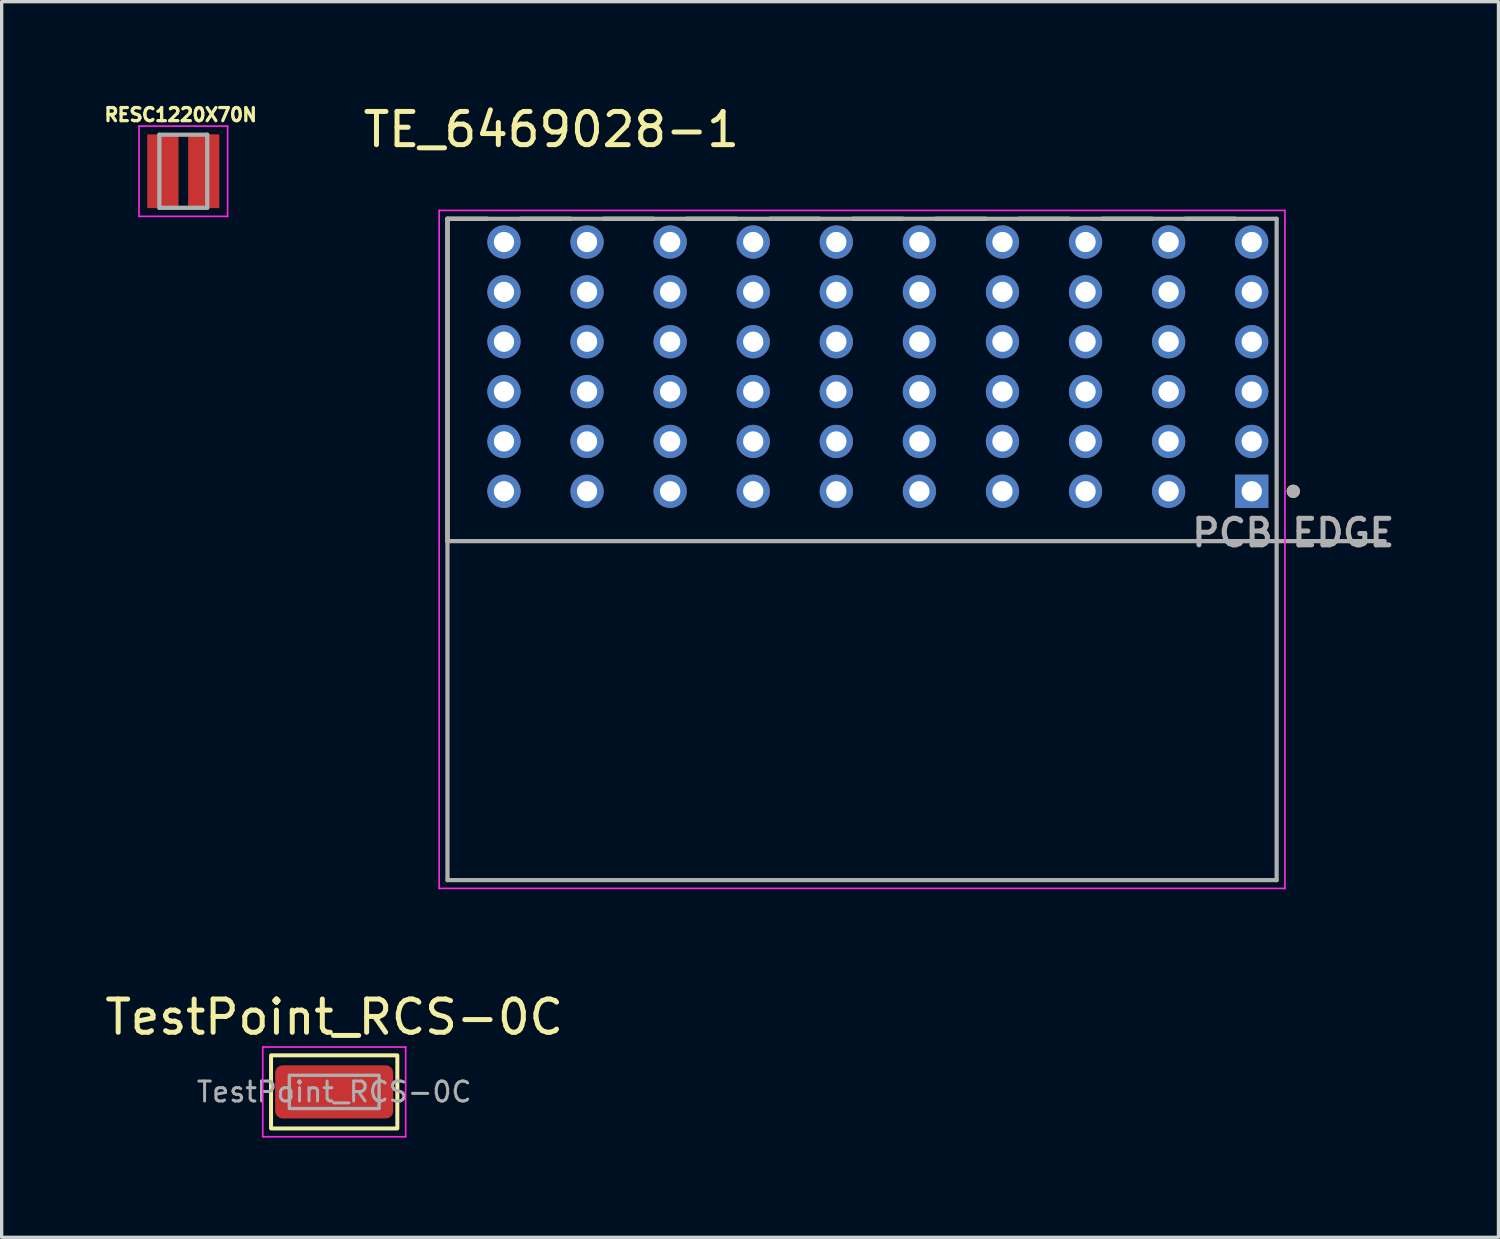
<source format=kicad_pcb>
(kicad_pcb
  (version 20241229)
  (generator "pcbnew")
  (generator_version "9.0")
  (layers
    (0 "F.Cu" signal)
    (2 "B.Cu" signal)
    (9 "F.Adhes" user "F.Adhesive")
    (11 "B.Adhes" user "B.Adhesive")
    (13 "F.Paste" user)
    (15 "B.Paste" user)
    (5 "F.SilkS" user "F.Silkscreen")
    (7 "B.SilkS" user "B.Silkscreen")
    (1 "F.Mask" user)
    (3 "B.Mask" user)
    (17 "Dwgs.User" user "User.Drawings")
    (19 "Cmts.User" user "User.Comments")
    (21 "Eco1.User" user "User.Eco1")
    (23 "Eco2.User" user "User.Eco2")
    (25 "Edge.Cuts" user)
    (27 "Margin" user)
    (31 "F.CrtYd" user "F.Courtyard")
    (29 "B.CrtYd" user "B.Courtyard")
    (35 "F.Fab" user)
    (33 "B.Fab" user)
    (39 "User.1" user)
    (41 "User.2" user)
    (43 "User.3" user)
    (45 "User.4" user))
  (footprint "RESC1220X70N"
    (layer "F.Cu")
    (at 2.466 2.103)
    (property "Reference" "RESC1220X70N" (at -0.08 -1.7 0) (layer "F.SilkS") (effects (font (size 0.394 0.394) (thickness 0.098))))
    (attr smd)
    (fp_line (start -1.333 -1.358) (end 1.333 -1.358) (stroke (width 0.05) (type solid)) (layer "F.CrtYd"))
    (fp_line (start -1.333 1.358) (end -1.333 -1.358) (stroke (width 0.05) (type solid)) (layer "F.CrtYd"))
    (fp_line (start -1.333 1.358) (end 1.333 1.358) (stroke (width 0.05) (type solid)) (layer "F.CrtYd"))
    (fp_line (start 1.333 1.358) (end 1.333 -1.358) (stroke (width 0.05) (type solid)) (layer "F.CrtYd"))
    (fp_line (start -0.72 1.1) (end -0.72 -1.1) (stroke (width 0.127) (type solid)) (layer "F.Fab"))
    (fp_line (start 0.72 -1.1) (end -0.72 -1.1) (stroke (width 0.127) (type solid)) (layer "F.Fab"))
    (fp_line (start 0.72 1.1) (end -0.72 1.1) (stroke (width 0.127) (type solid)) (layer "F.Fab"))
    (fp_line (start 0.72 1.1) (end 0.72 -1.1) (stroke (width 0.127) (type solid)) (layer "F.Fab"))
    (pad "1" smd rect (at -0.615 0) (size 0.94 2.22) (layers "F.Cu" "F.Mask" "F.Paste"))
    (pad "2" smd rect (at 0.615 0) (size 0.94 2.22) (layers "F.Cu" "F.Mask" "F.Paste")))
  (footprint "TestPoint_RCS-0C"
    (layer "F.Cu")
    (at 7.006 29.806)
    (property "Reference" "TestPoint_RCS-0C" (at 0 -2.25 0) (layer "F.SilkS") (effects (font (size 1 1) (thickness 0.15))))
    (attr smd)
    (fp_rect (start -1.9 -1.1) (end 1.9 1.1) (stroke (width 0.12) (type default)) (fill no) (layer "F.SilkS"))
    (fp_line (start -2.15 -1.35) (end 2.15 -1.35) (stroke (width 0.05) (type solid)) (layer "F.CrtYd"))
    (fp_line (start -2.15 1.35) (end -2.15 -1.35) (stroke (width 0.05) (type solid)) (layer "F.CrtYd"))
    (fp_line (start 2.15 -1.35) (end 2.15 1.35) (stroke (width 0.05) (type solid)) (layer "F.CrtYd"))
    (fp_line (start 2.15 1.35) (end -2.15 1.35) (stroke (width 0.05) (type solid)) (layer "F.CrtYd"))
    (fp_rect (start -1.35 -0.5) (end 1.35 0.5) (stroke (width 0.1) (type default)) (fill no) (layer "F.Fab"))
    (fp_text user "${REFERENCE}" (at 0 0 0) (layer "F.Fab") (effects (font (size 0.6 0.6) (thickness 0.09))))
    (pad "1" smd roundrect (at 0 0) (size 3.55 1.6) (layers "F.Cu" "F.Mask" "F.Paste") (roundrect_rratio 0.139)))
  (footprint "TE_6469028-1"
    (layer "F.Cu")
    (at 34.615 11.733)
    (property "Reference" "TE_6469028-1" (at -21.075 -10.885 0) (layer "F.SilkS") (effects (font (size 1 1) (thickness 0.15))))
    (attr through_hole)
    (fp_line (start -24.2 -8.2) (end -24.2 1.5) (stroke (width 0.127) (type solid)) (layer "F.SilkS"))
    (fp_line (start -24.2 -8.2) (end -23 -8.2) (stroke (width 0.127) (type solid)) (layer "F.SilkS"))
    (fp_line (start -22 -8.2) (end -20.5 -8.2) (stroke (width 0.127) (type solid)) (layer "F.SilkS"))
    (fp_line (start -19.5 -8.2) (end -18 -8.2) (stroke (width 0.127) (type solid)) (layer "F.SilkS"))
    (fp_line (start -17 -8.2) (end -15.5 -8.2) (stroke (width 0.127) (type solid)) (layer "F.SilkS"))
    (fp_line (start -14.5 -8.2) (end -13 -8.2) (stroke (width 0.127) (type solid)) (layer "F.SilkS"))
    (fp_line (start -12 -8.2) (end -10.5 -8.2) (stroke (width 0.127) (type solid)) (layer "F.SilkS"))
    (fp_line (start -9.5 -8.2) (end -8 -8.2) (stroke (width 0.127) (type solid)) (layer "F.SilkS"))
    (fp_line (start -7 -8.2) (end -5.5 -8.2) (stroke (width 0.127) (type solid)) (layer "F.SilkS"))
    (fp_line (start -4.5 -8.2) (end -3 -8.2) (stroke (width 0.127) (type solid)) (layer "F.SilkS"))
    (fp_line (start -2 -8.2) (end -0.5 -8.2) (stroke (width 0.127) (type solid)) (layer "F.SilkS"))
    (fp_circle (center 1.25 0) (end 1.35 0) (stroke (width 0.2) (type solid)) (fill no) (layer "F.SilkS"))
    (fp_line (start -24.45 -8.45) (end 1 -8.45) (stroke (width 0.05) (type solid)) (layer "F.CrtYd"))
    (fp_line (start -24.45 11.95) (end -24.45 -8.45) (stroke (width 0.05) (type solid)) (layer "F.CrtYd"))
    (fp_line (start 1 -8.45) (end 1 11.95) (stroke (width 0.05) (type solid)) (layer "F.CrtYd"))
    (fp_line (start 1 11.95) (end -24.45 11.95) (stroke (width 0.05) (type solid)) (layer "F.CrtYd"))
    (fp_line (start -24.2 -8.2) (end -24.2 1.5) (stroke (width 0.127) (type solid)) (layer "F.Fab"))
    (fp_line (start -24.2 -8.2) (end 0.75 -8.2) (stroke (width 0.127) (type solid)) (layer "F.Fab"))
    (fp_line (start -24.2 1.5) (end -24.2 11.7) (stroke (width 0.127) (type solid)) (layer "F.Fab"))
    (fp_line (start -24.2 1.5) (end 4 1.5) (stroke (width 0.127) (type solid)) (layer "F.Fab"))
    (fp_line (start -24.2 11.7) (end 0.75 11.7) (stroke (width 0.127) (type solid)) (layer "F.Fab"))
    (fp_line (start 0.75 -8.2) (end 0.75 11.7) (stroke (width 0.127) (type solid)) (layer "F.Fab"))
    (fp_circle (center 1.25 0) (end 1.35 0) (stroke (width 0.2) (type solid)) (fill no) (layer "F.Fab"))
    (fp_text user "PCB EDGE" (at 1.25 1.25 0) (layer "F.Fab") (effects (font (size 0.8 0.8) (thickness 0.15))))
    (pad "A1" thru_hole rect (at 0 0) (size 1 1) (drill 0.61) (layers "*.Cu" "*.Mask"))
    (pad "A2" thru_hole circle (at -2.5 0) (size 1 1) (drill 0.61) (layers "*.Cu" "*.Mask"))
    (pad "A3" thru_hole circle (at -5 0) (size 1 1) (drill 0.61) (layers "*.Cu" "*.Mask"))
    (pad "A4" thru_hole circle (at -7.5 0) (size 1 1) (drill 0.61) (layers "*.Cu" "*.Mask"))
    (pad "A5" thru_hole circle (at -10 0) (size 1 1) (drill 0.61) (layers "*.Cu" "*.Mask"))
    (pad "A6" thru_hole circle (at -12.5 0) (size 1 1) (drill 0.61) (layers "*.Cu" "*.Mask"))
    (pad "A7" thru_hole circle (at -15 0) (size 1 1) (drill 0.61) (layers "*.Cu" "*.Mask"))
    (pad "A8" thru_hole circle (at -17.5 0) (size 1 1) (drill 0.61) (layers "*.Cu" "*.Mask"))
    (pad "A9" thru_hole circle (at -20 0) (size 1 1) (drill 0.61) (layers "*.Cu" "*.Mask"))
    (pad "A10" thru_hole circle (at -22.5 0) (size 1 1) (drill 0.61) (layers "*.Cu" "*.Mask"))
    (pad "B1" thru_hole circle (at 0 -1.5) (size 1 1) (drill 0.61) (layers "*.Cu" "*.Mask"))
    (pad "B2" thru_hole circle (at -2.5 -1.5) (size 1 1) (drill 0.61) (layers "*.Cu" "*.Mask"))
    (pad "B3" thru_hole circle (at -5 -1.5) (size 1 1) (drill 0.61) (layers "*.Cu" "*.Mask"))
    (pad "B4" thru_hole circle (at -7.5 -1.5) (size 1 1) (drill 0.61) (layers "*.Cu" "*.Mask"))
    (pad "B5" thru_hole circle (at -10 -1.5) (size 1 1) (drill 0.61) (layers "*.Cu" "*.Mask"))
    (pad "B6" thru_hole circle (at -12.5 -1.5) (size 1 1) (drill 0.61) (layers "*.Cu" "*.Mask"))
    (pad "B7" thru_hole circle (at -15 -1.5) (size 1 1) (drill 0.61) (layers "*.Cu" "*.Mask"))
    (pad "B8" thru_hole circle (at -17.5 -1.5) (size 1 1) (drill 0.61) (layers "*.Cu" "*.Mask"))
    (pad "B9" thru_hole circle (at -20 -1.5) (size 1 1) (drill 0.61) (layers "*.Cu" "*.Mask"))
    (pad "B10" thru_hole circle (at -22.5 -1.5) (size 1 1) (drill 0.61) (layers "*.Cu" "*.Mask"))
    (pad "BG1" thru_hole circle (at 0 -3) (size 1 1) (drill 0.61) (layers "*.Cu" "*.Mask"))
    (pad "BG2" thru_hole circle (at -2.5 -3) (size 1 1) (drill 0.61) (layers "*.Cu" "*.Mask"))
    (pad "BG3" thru_hole circle (at -5 -3) (size 1 1) (drill 0.61) (layers "*.Cu" "*.Mask"))
    (pad "BG4" thru_hole circle (at -7.5 -3) (size 1 1) (drill 0.61) (layers "*.Cu" "*.Mask"))
    (pad "BG5" thru_hole circle (at -10 -3) (size 1 1) (drill 0.61) (layers "*.Cu" "*.Mask"))
    (pad "BG6" thru_hole circle (at -12.5 -3) (size 1 1) (drill 0.61) (layers "*.Cu" "*.Mask"))
    (pad "BG7" thru_hole circle (at -15 -3) (size 1 1) (drill 0.61) (layers "*.Cu" "*.Mask"))
    (pad "BG8" thru_hole circle (at -17.5 -3) (size 1 1) (drill 0.61) (layers "*.Cu" "*.Mask"))
    (pad "BG9" thru_hole circle (at -20 -3) (size 1 1) (drill 0.61) (layers "*.Cu" "*.Mask"))
    (pad "BG10" thru_hole circle (at -22.5 -3) (size 1 1) (drill 0.61) (layers "*.Cu" "*.Mask"))
    (pad "C1" thru_hole circle (at 0 -4.5) (size 1 1) (drill 0.61) (layers "*.Cu" "*.Mask"))
    (pad "C2" thru_hole circle (at -2.5 -4.5) (size 1 1) (drill 0.61) (layers "*.Cu" "*.Mask"))
    (pad "C3" thru_hole circle (at -5 -4.5) (size 1 1) (drill 0.61) (layers "*.Cu" "*.Mask"))
    (pad "C4" thru_hole circle (at -7.5 -4.5) (size 1 1) (drill 0.61) (layers "*.Cu" "*.Mask"))
    (pad "C5" thru_hole circle (at -10 -4.5) (size 1 1) (drill 0.61) (layers "*.Cu" "*.Mask"))
    (pad "C6" thru_hole circle (at -12.5 -4.5) (size 1 1) (drill 0.61) (layers "*.Cu" "*.Mask"))
    (pad "C7" thru_hole circle (at -15 -4.5) (size 1 1) (drill 0.61) (layers "*.Cu" "*.Mask"))
    (pad "C8" thru_hole circle (at -17.5 -4.5) (size 1 1) (drill 0.61) (layers "*.Cu" "*.Mask"))
    (pad "C9" thru_hole circle (at -20 -4.5) (size 1 1) (drill 0.61) (layers "*.Cu" "*.Mask"))
    (pad "C10" thru_hole circle (at -22.5 -4.5) (size 1 1) (drill 0.61) (layers "*.Cu" "*.Mask"))
    (pad "D1" thru_hole circle (at 0 -6) (size 1 1) (drill 0.61) (layers "*.Cu" "*.Mask"))
    (pad "D2" thru_hole circle (at -2.5 -6) (size 1 1) (drill 0.61) (layers "*.Cu" "*.Mask"))
    (pad "D3" thru_hole circle (at -5 -6) (size 1 1) (drill 0.61) (layers "*.Cu" "*.Mask"))
    (pad "D4" thru_hole circle (at -7.5 -6) (size 1 1) (drill 0.61) (layers "*.Cu" "*.Mask"))
    (pad "D5" thru_hole circle (at -10 -6) (size 1 1) (drill 0.61) (layers "*.Cu" "*.Mask"))
    (pad "D6" thru_hole circle (at -12.5 -6) (size 1 1) (drill 0.61) (layers "*.Cu" "*.Mask"))
    (pad "D7" thru_hole circle (at -15 -6) (size 1 1) (drill 0.61) (layers "*.Cu" "*.Mask"))
    (pad "D8" thru_hole circle (at -17.5 -6) (size 1 1) (drill 0.61) (layers "*.Cu" "*.Mask"))
    (pad "D9" thru_hole circle (at -20 -6) (size 1 1) (drill 0.61) (layers "*.Cu" "*.Mask"))
    (pad "D10" thru_hole circle (at -22.5 -6) (size 1 1) (drill 0.61) (layers "*.Cu" "*.Mask"))
    (pad "DG1" thru_hole circle (at 0 -7.5) (size 1 1) (drill 0.61) (layers "*.Cu" "*.Mask"))
    (pad "DG2" thru_hole circle (at -2.5 -7.5) (size 1 1) (drill 0.61) (layers "*.Cu" "*.Mask"))
    (pad "DG3" thru_hole circle (at -5 -7.5) (size 1 1) (drill 0.61) (layers "*.Cu" "*.Mask"))
    (pad "DG4" thru_hole circle (at -7.5 -7.5) (size 1 1) (drill 0.61) (layers "*.Cu" "*.Mask"))
    (pad "DG5" thru_hole circle (at -10 -7.5) (size 1 1) (drill 0.61) (layers "*.Cu" "*.Mask"))
    (pad "DG6" thru_hole circle (at -12.5 -7.5) (size 1 1) (drill 0.61) (layers "*.Cu" "*.Mask"))
    (pad "DG7" thru_hole circle (at -15 -7.5) (size 1 1) (drill 0.61) (layers "*.Cu" "*.Mask"))
    (pad "DG8" thru_hole circle (at -17.5 -7.5) (size 1 1) (drill 0.61) (layers "*.Cu" "*.Mask"))
    (pad "DG9" thru_hole circle (at -20 -7.5) (size 1 1) (drill 0.61) (layers "*.Cu" "*.Mask"))
    (pad "DG10" thru_hole circle (at -22.5 -7.5) (size 1 1) (drill 0.61) (layers "*.Cu" "*.Mask")))
  (gr_rect
    (start -3 -3)
    (end 42.039 34.181)
    (stroke (width 0.1) (type default))
    (fill no)
    (layer "Edge.Cuts")))
</source>
